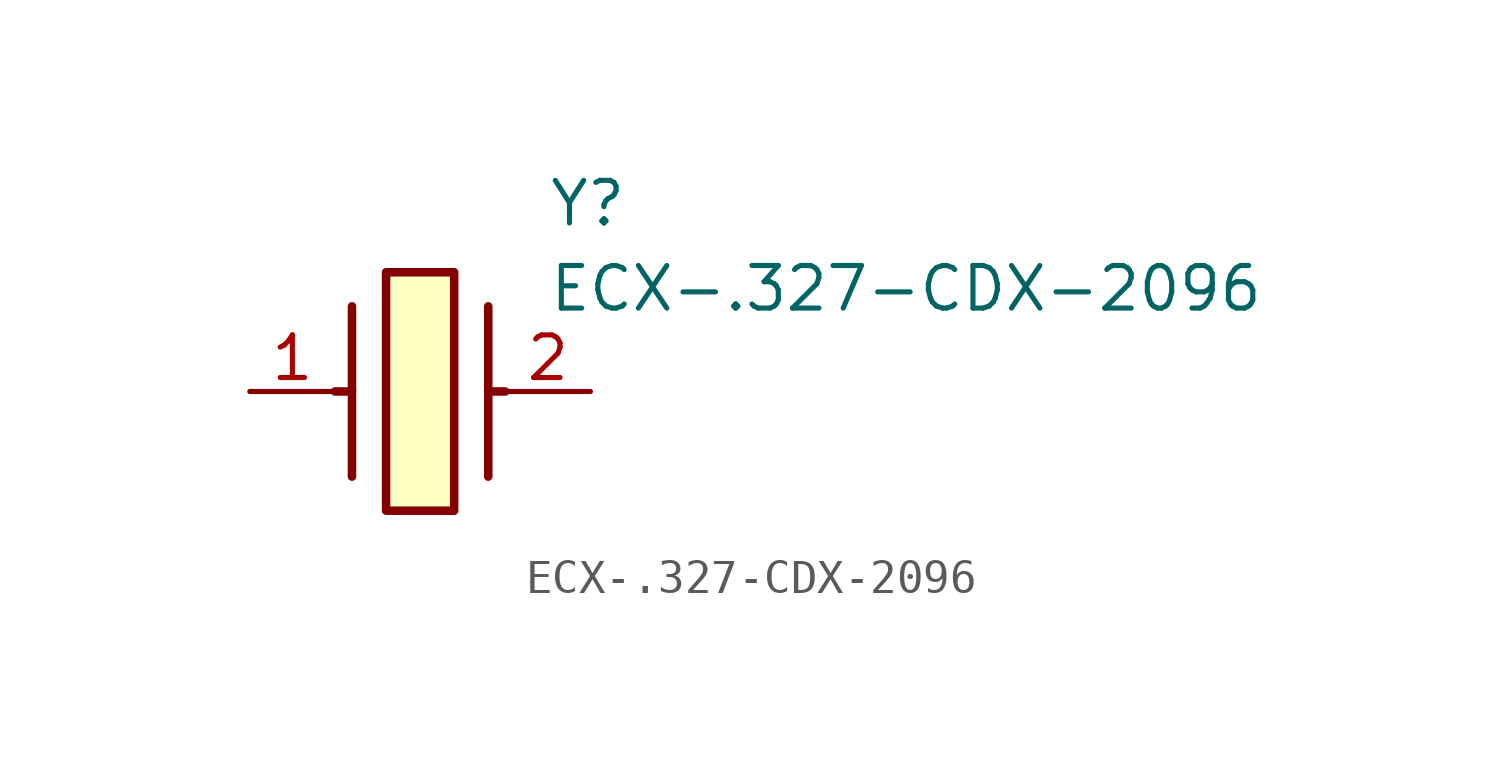
<source format=kicad_sym>
(kicad_symbol_lib
  (version 20241209)
  (generator "kicad_symbol_editor")
  (generator_version "9.0")
  (symbol "ECX-.327-CDX-2096"
    (pin_names
      (hide yes))
    (property "Reference" "Y"
      (at 8.89 6.35 0)
      (effects (font (size 1.27 1.27)) (justify left top)))
    (property "Value" "ECX-.327-CDX-2096"
      (at 8.89 3.81 0)
      (effects (font (size 1.27 1.27)) (justify left top)))
    (symbol "ECX-.327-CDX-2096_1_1"
      (polyline (pts (xy 3.048 2.54) (xy 3.048 -2.54)) (stroke (width 0.254) (type default)) (fill (type none)))
      (polyline (pts (xy 3.048 0) (xy 2.54 0)) (stroke (width 0.254) (type default)) (fill (type none)))
      (rectangle (start 4.064 3.556) (end 6.096 -3.556) (stroke (width 0.254) (type default)) (fill (type background)))
      (polyline (pts (xy 7.112 2.54) (xy 7.112 -2.54)) (stroke (width 0.254) (type default)) (fill (type none)))
      (polyline (pts (xy 7.112 0) (xy 7.62 0)) (stroke (width 0.254) (type default)) (fill (type none)))
      (pin passive line (at 0 0 0) (length 2.54) (name "1" (effects (font (size 1.27 1.27)))) (number "1" (effects (font (size 1.27 1.27)))))
      (pin passive line (at 10.16 0 180) (length 2.54) (name "2" (effects (font (size 1.27 1.27)))) (number "2" (effects (font (size 1.27 1.27))))))))
</source>
